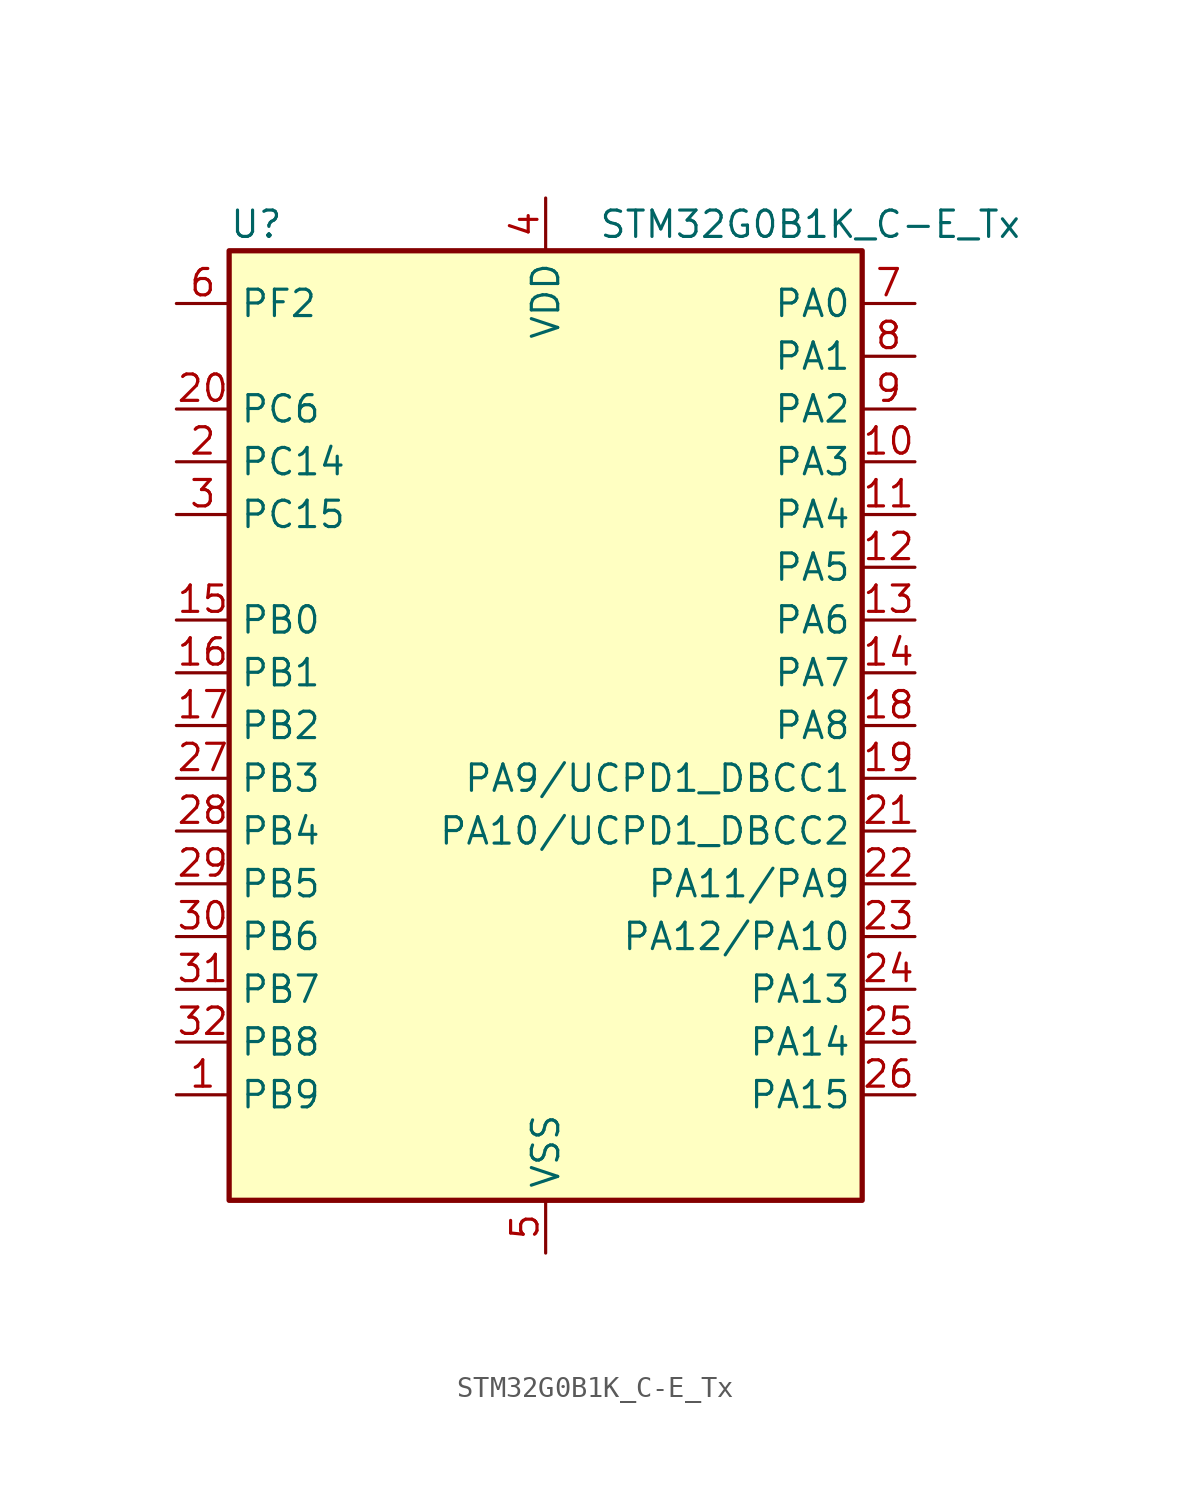
<source format=kicad_sym>
(kicad_symbol_lib
  (version 20211014)
  (generator kicad-library-utils)
  (symbol "STM32G0B1K_C-E_Tx"
    (property "Reference" "U"
      (at -15.24 24.13 0)
      (effects (font (size 1.27 1.27)) (justify left)))
    (property "Value" "STM32G0B1K_C-E_Tx"
      (at 2.54 24.13 0)
      (effects (font (size 1.27 1.27)) (justify left)))
    (property "ki_fp_filters" "LQFP*7x7mm*P0.8mm*"
      (at 0.0 0.0 0.0)
      (effects (font (size 1.27 1.27))))
    (symbol "STM32G0B1K_C-E_Tx_0_1"
      (rectangle (start -15.24 -22.86) (end 15.24 22.86) (stroke (width 0.254)) (fill (type background))))
    (symbol "STM32G0B1K_C-E_Tx_1_1"
      (pin bidirectional line (at -17.78 20.32 0) (length 2.54) (name "PF2" (effects (font (size 1.27 1.27)))) (number "6" (effects (font (size 1.27 1.27)))) (alternate "LPUART2_DE" bidirectional line) (alternate "LPUART2_RTS" bidirectional line) (alternate "LPUART2_TX" bidirectional line) (alternate "RCC_MCO" bidirectional line))
      (pin bidirectional line (at -17.78 15.24 0) (length 2.54) (name "PC6" (effects (font (size 1.27 1.27)))) (number "20" (effects (font (size 1.27 1.27)))) (alternate "LPUART2_TX" bidirectional line) (alternate "TIM2_CH3" bidirectional line) (alternate "TIM3_CH1" bidirectional line) (alternate "UCPD1_FRSTX1" bidirectional line) (alternate "UCPD1_FRSTX2" bidirectional line))
      (pin bidirectional line (at -17.78 12.7 0) (length 2.54) (name "PC14" (effects (font (size 1.27 1.27)))) (number "2" (effects (font (size 1.27 1.27)))) (alternate "RCC_OSC32_IN" bidirectional line) (alternate "RCC_OSC_IN" bidirectional line) (alternate "TIM1_BK2" bidirectional line))
      (pin bidirectional line (at -17.78 10.16 0) (length 2.54) (name "PC15" (effects (font (size 1.27 1.27)))) (number "3" (effects (font (size 1.27 1.27)))) (alternate "RCC_OSC32_EN" bidirectional line) (alternate "RCC_OSC32_OUT" bidirectional line) (alternate "RCC_OSC_EN" bidirectional line) (alternate "TIM15_BK" bidirectional line))
      (pin bidirectional line (at -17.78 5.08 0) (length 2.54) (name "PB0" (effects (font (size 1.27 1.27)))) (number "15" (effects (font (size 1.27 1.27)))) (alternate "ADC1_IN8" bidirectional line) (alternate "COMP1_OUT" bidirectional line) (alternate "COMP3_INP" bidirectional line) (alternate "FDCAN2_RX" bidirectional line) (alternate "I2S1_WS" bidirectional line) (alternate "LPTIM1_OUT" bidirectional line) (alternate "LPUART2_CTS" bidirectional line) (alternate "SPI1_NSS" bidirectional line) (alternate "TIM1_CH2N" bidirectional line) (alternate "TIM3_CH3" bidirectional line) (alternate "UCPD1_FRSTX1" bidirectional line) (alternate "UCPD1_FRSTX2" bidirectional line) (alternate "USART3_RX" bidirectional line) (alternate "USART5_TX" bidirectional line))
      (pin bidirectional line (at -17.78 2.54 0) (length 2.54) (name "PB1" (effects (font (size 1.27 1.27)))) (number "16" (effects (font (size 1.27 1.27)))) (alternate "ADC1_IN9" bidirectional line) (alternate "COMP1_INM" bidirectional line) (alternate "COMP3_OUT" bidirectional line) (alternate "FDCAN2_TX" bidirectional line) (alternate "LPTIM2_IN1" bidirectional line) (alternate "LPUART1_DE" bidirectional line) (alternate "LPUART1_RTS" bidirectional line) (alternate "LPUART2_DE" bidirectional line) (alternate "LPUART2_RTS" bidirectional line) (alternate "TIM14_CH1" bidirectional line) (alternate "TIM1_CH3N" bidirectional line) (alternate "TIM3_CH4" bidirectional line) (alternate "USART3_CK" bidirectional line) (alternate "USART3_DE" bidirectional line) (alternate "USART3_RTS" bidirectional line) (alternate "USART5_RX" bidirectional line))
      (pin bidirectional line (at -17.78 0.0 0) (length 2.54) (name "PB2" (effects (font (size 1.27 1.27)))) (number "17" (effects (font (size 1.27 1.27)))) (alternate "ADC1_IN10" bidirectional line) (alternate "COMP1_INP" bidirectional line) (alternate "COMP3_INM" bidirectional line) (alternate "I2S2_MCK" bidirectional line) (alternate "LPTIM1_OUT" bidirectional line) (alternate "RCC_MCO_2" bidirectional line) (alternate "SPI2_MISO" bidirectional line) (alternate "USART3_TX" bidirectional line))
      (pin bidirectional line (at -17.78 -2.54 0) (length 2.54) (name "PB3" (effects (font (size 1.27 1.27)))) (number "27" (effects (font (size 1.27 1.27)))) (alternate "COMP2_INM" bidirectional line) (alternate "I2C2_SCL" bidirectional line) (alternate "I2C3_SCL" bidirectional line) (alternate "I2S1_CK" bidirectional line) (alternate "SPI1_SCK" bidirectional line) (alternate "SPI3_SCK" bidirectional line) (alternate "TIM1_CH2" bidirectional line) (alternate "TIM2_CH2" bidirectional line) (alternate "USART1_CK" bidirectional line) (alternate "USART1_DE" bidirectional line) (alternate "USART1_RTS" bidirectional line) (alternate "USART5_TX" bidirectional line))
      (pin bidirectional line (at -17.78 -5.08 0) (length 2.54) (name "PB4" (effects (font (size 1.27 1.27)))) (number "28" (effects (font (size 1.27 1.27)))) (alternate "COMP2_INP" bidirectional line) (alternate "I2C2_SDA" bidirectional line) (alternate "I2C3_SDA" bidirectional line) (alternate "I2S1_MCK" bidirectional line) (alternate "SPI1_MISO" bidirectional line) (alternate "SPI3_MISO" bidirectional line) (alternate "TIM17_BK" bidirectional line) (alternate "TIM3_CH1" bidirectional line) (alternate "USART1_CTS" bidirectional line) (alternate "USART1_NSS" bidirectional line) (alternate "USART5_RX" bidirectional line))
      (pin bidirectional line (at -17.78 -7.62 0) (length 2.54) (name "PB5" (effects (font (size 1.27 1.27)))) (number "29" (effects (font (size 1.27 1.27)))) (alternate "COMP2_OUT" bidirectional line) (alternate "FDCAN2_RX" bidirectional line) (alternate "I2C1_SMBA" bidirectional line) (alternate "I2S1_SD" bidirectional line) (alternate "LPTIM1_IN1" bidirectional line) (alternate "SPI1_MOSI" bidirectional line) (alternate "SPI3_MOSI" bidirectional line) (alternate "SYS_WKUP6" bidirectional line) (alternate "TIM16_BK" bidirectional line) (alternate "TIM3_CH2" bidirectional line) (alternate "USART5_CK" bidirectional line) (alternate "USART5_DE" bidirectional line) (alternate "USART5_RTS" bidirectional line))
      (pin bidirectional line (at -17.78 -10.16 0) (length 2.54) (name "PB6" (effects (font (size 1.27 1.27)))) (number "30" (effects (font (size 1.27 1.27)))) (alternate "COMP2_INP" bidirectional line) (alternate "FDCAN2_TX" bidirectional line) (alternate "I2C1_SCL" bidirectional line) (alternate "I2S2_MCK" bidirectional line) (alternate "LPTIM1_ETR" bidirectional line) (alternate "LPUART2_TX" bidirectional line) (alternate "SPI2_MISO" bidirectional line) (alternate "TIM16_CH1N" bidirectional line) (alternate "TIM1_CH3" bidirectional line) (alternate "TIM4_CH1" bidirectional line) (alternate "USART1_TX" bidirectional line) (alternate "USART5_CTS" bidirectional line) (alternate "USART5_NSS" bidirectional line))
      (pin bidirectional line (at -17.78 -12.7 0) (length 2.54) (name "PB7" (effects (font (size 1.27 1.27)))) (number "31" (effects (font (size 1.27 1.27)))) (alternate "COMP2_INM" bidirectional line) (alternate "I2C1_SDA" bidirectional line) (alternate "I2S2_SD" bidirectional line) (alternate "LPTIM1_IN2" bidirectional line) (alternate "LPUART2_RX" bidirectional line) (alternate "SPI2_MOSI" bidirectional line) (alternate "SYS_PVD_IN" bidirectional line) (alternate "TIM17_CH1N" bidirectional line) (alternate "TIM4_CH2" bidirectional line) (alternate "USART1_RX" bidirectional line) (alternate "USART4_CTS" bidirectional line) (alternate "USART4_NSS" bidirectional line))
      (pin bidirectional line (at -17.78 -15.24 0) (length 2.54) (name "PB8" (effects (font (size 1.27 1.27)))) (number "32" (effects (font (size 1.27 1.27)))) (alternate "CEC" bidirectional line) (alternate "FDCAN1_RX" bidirectional line) (alternate "I2C1_SCL" bidirectional line) (alternate "I2S2_CK" bidirectional line) (alternate "SPI2_SCK" bidirectional line) (alternate "TIM15_BK" bidirectional line) (alternate "TIM16_CH1" bidirectional line) (alternate "TIM4_CH3" bidirectional line) (alternate "USART3_TX" bidirectional line) (alternate "USART6_TX" bidirectional line))
      (pin bidirectional line (at -17.78 -17.78 0) (length 2.54) (name "PB9" (effects (font (size 1.27 1.27)))) (number "1" (effects (font (size 1.27 1.27)))) (alternate "DAC1_EXTI9" bidirectional line) (alternate "FDCAN1_TX" bidirectional line) (alternate "I2C1_SDA" bidirectional line) (alternate "I2S2_WS" bidirectional line) (alternate "IR_OUT" bidirectional line) (alternate "SPI2_NSS" bidirectional line) (alternate "TIM17_CH1" bidirectional line) (alternate "TIM4_CH4" bidirectional line) (alternate "USART3_RX" bidirectional line) (alternate "USART6_RX" bidirectional line))
      (pin bidirectional line (at 17.78 20.32 180) (length 2.54) (name "PA0" (effects (font (size 1.27 1.27)))) (number "7" (effects (font (size 1.27 1.27)))) (alternate "ADC1_IN0" bidirectional line) (alternate "COMP1_INM" bidirectional line) (alternate "COMP1_OUT" bidirectional line) (alternate "I2S2_CK" bidirectional line) (alternate "LPTIM1_OUT" bidirectional line) (alternate "RTC_TAMP_IN2" bidirectional line) (alternate "SPI2_SCK" bidirectional line) (alternate "SYS_WKUP1" bidirectional line) (alternate "TIM2_CH1" bidirectional line) (alternate "TIM2_ETR" bidirectional line) (alternate "USART2_CTS" bidirectional line) (alternate "USART2_NSS" bidirectional line) (alternate "USART4_TX" bidirectional line))
      (pin bidirectional line (at 17.78 17.78 180) (length 2.54) (name "PA1" (effects (font (size 1.27 1.27)))) (number "8" (effects (font (size 1.27 1.27)))) (alternate "ADC1_IN1" bidirectional line) (alternate "COMP1_INP" bidirectional line) (alternate "I2C1_SMBA" bidirectional line) (alternate "I2S1_CK" bidirectional line) (alternate "SPI1_SCK" bidirectional line) (alternate "TIM15_CH1N" bidirectional line) (alternate "TIM2_CH2" bidirectional line) (alternate "USART2_CK" bidirectional line) (alternate "USART2_DE" bidirectional line) (alternate "USART2_RTS" bidirectional line) (alternate "USART4_RX" bidirectional line))
      (pin bidirectional line (at 17.78 15.24 180) (length 2.54) (name "PA2" (effects (font (size 1.27 1.27)))) (number "9" (effects (font (size 1.27 1.27)))) (alternate "ADC1_IN2" bidirectional line) (alternate "COMP2_INM" bidirectional line) (alternate "COMP2_OUT" bidirectional line) (alternate "I2S1_SD" bidirectional line) (alternate "LPUART1_TX" bidirectional line) (alternate "RCC_LSCO" bidirectional line) (alternate "SPI1_MOSI" bidirectional line) (alternate "SYS_WKUP4" bidirectional line) (alternate "TIM15_CH1" bidirectional line) (alternate "TIM2_CH3" bidirectional line) (alternate "UCPD1_FRSTX1" bidirectional line) (alternate "UCPD1_FRSTX2" bidirectional line) (alternate "USART2_TX" bidirectional line))
      (pin bidirectional line (at 17.78 12.7 180) (length 2.54) (name "PA3" (effects (font (size 1.27 1.27)))) (number "10" (effects (font (size 1.27 1.27)))) (alternate "ADC1_IN3" bidirectional line) (alternate "COMP2_INP" bidirectional line) (alternate "I2S2_MCK" bidirectional line) (alternate "LPUART1_RX" bidirectional line) (alternate "SPI2_MISO" bidirectional line) (alternate "TIM15_CH2" bidirectional line) (alternate "TIM2_CH4" bidirectional line) (alternate "USART2_RX" bidirectional line))
      (pin bidirectional line (at 17.78 10.16 180) (length 2.54) (name "PA4" (effects (font (size 1.27 1.27)))) (number "11" (effects (font (size 1.27 1.27)))) (alternate "ADC1_IN4" bidirectional line) (alternate "DAC1_OUT1" bidirectional line) (alternate "I2S1_WS" bidirectional line) (alternate "I2S2_SD" bidirectional line) (alternate "LPTIM2_OUT" bidirectional line) (alternate "RTC_OUT1" bidirectional line) (alternate "RTC_TAMP_IN1" bidirectional line) (alternate "RTC_TS" bidirectional line) (alternate "SPI1_NSS" bidirectional line) (alternate "SPI2_MOSI" bidirectional line) (alternate "SPI3_NSS" bidirectional line) (alternate "SYS_WKUP2" bidirectional line) (alternate "TIM14_CH1" bidirectional line) (alternate "USART6_TX" bidirectional line) (alternate "USB_NOE" bidirectional line))
      (pin bidirectional line (at 17.78 7.62 180) (length 2.54) (name "PA5" (effects (font (size 1.27 1.27)))) (number "12" (effects (font (size 1.27 1.27)))) (alternate "ADC1_IN5" bidirectional line) (alternate "CEC" bidirectional line) (alternate "DAC1_OUT2" bidirectional line) (alternate "I2S1_CK" bidirectional line) (alternate "LPTIM2_ETR" bidirectional line) (alternate "SPI1_SCK" bidirectional line) (alternate "TIM2_CH1" bidirectional line) (alternate "TIM2_ETR" bidirectional line) (alternate "UCPD1_FRSTX1" bidirectional line) (alternate "UCPD1_FRSTX2" bidirectional line) (alternate "USART3_TX" bidirectional line) (alternate "USART6_RX" bidirectional line))
      (pin bidirectional line (at 17.78 5.08 180) (length 2.54) (name "PA6" (effects (font (size 1.27 1.27)))) (number "13" (effects (font (size 1.27 1.27)))) (alternate "ADC1_IN6" bidirectional line) (alternate "COMP1_OUT" bidirectional line) (alternate "I2C2_SDA" bidirectional line) (alternate "I2C3_SDA" bidirectional line) (alternate "I2S1_MCK" bidirectional line) (alternate "LPUART1_CTS" bidirectional line) (alternate "SPI1_MISO" bidirectional line) (alternate "TIM16_CH1" bidirectional line) (alternate "TIM1_BK" bidirectional line) (alternate "TIM3_CH1" bidirectional line) (alternate "USART3_CTS" bidirectional line) (alternate "USART3_NSS" bidirectional line) (alternate "USART6_CTS" bidirectional line) (alternate "USART6_NSS" bidirectional line))
      (pin bidirectional line (at 17.78 2.54 180) (length 2.54) (name "PA7" (effects (font (size 1.27 1.27)))) (number "14" (effects (font (size 1.27 1.27)))) (alternate "ADC1_IN7" bidirectional line) (alternate "COMP2_OUT" bidirectional line) (alternate "I2C2_SCL" bidirectional line) (alternate "I2C3_SCL" bidirectional line) (alternate "I2S1_SD" bidirectional line) (alternate "SPI1_MOSI" bidirectional line) (alternate "TIM14_CH1" bidirectional line) (alternate "TIM17_CH1" bidirectional line) (alternate "TIM1_CH1N" bidirectional line) (alternate "TIM3_CH2" bidirectional line) (alternate "UCPD1_FRSTX1" bidirectional line) (alternate "UCPD1_FRSTX2" bidirectional line) (alternate "USART6_CK" bidirectional line) (alternate "USART6_DE" bidirectional line) (alternate "USART6_RTS" bidirectional line))
      (pin bidirectional line (at 17.78 0.0 180) (length 2.54) (name "PA8" (effects (font (size 1.27 1.27)))) (number "18" (effects (font (size 1.27 1.27)))) (alternate "CRS1_SYNC" bidirectional line) (alternate "I2C2_SMBA" bidirectional line) (alternate "I2S2_WS" bidirectional line) (alternate "LPTIM2_OUT" bidirectional line) (alternate "RCC_MCO" bidirectional line) (alternate "SPI2_NSS" bidirectional line) (alternate "TIM1_CH1" bidirectional line) (alternate "UCPD1_CC1" bidirectional line))
      (pin bidirectional line (at 17.78 -2.54 180) (length 2.54) (name "PA9/UCPD1_DBCC1" (effects (font (size 1.27 1.27)))) (number "19" (effects (font (size 1.27 1.27)))) (alternate "DAC1_EXTI9" bidirectional line) (alternate "I2C1_SCL" bidirectional line) (alternate "I2C2_SCL" bidirectional line) (alternate "I2S2_MCK" bidirectional line) (alternate "RCC_MCO" bidirectional line) (alternate "SPI2_MISO" bidirectional line) (alternate "TIM15_BK" bidirectional line) (alternate "TIM1_CH2" bidirectional line) (alternate "UCPD1_DBCC1" bidirectional line) (alternate "USART1_TX" bidirectional line))
      (pin bidirectional line (at 17.78 -5.08 180) (length 2.54) (name "PA10/UCPD1_DBCC2" (effects (font (size 1.27 1.27)))) (number "21" (effects (font (size 1.27 1.27)))) (alternate "I2C1_SDA" bidirectional line) (alternate "I2C2_SDA" bidirectional line) (alternate "I2S2_SD" bidirectional line) (alternate "RCC_MCO_2" bidirectional line) (alternate "SPI2_MOSI" bidirectional line) (alternate "TIM17_BK" bidirectional line) (alternate "TIM1_CH3" bidirectional line) (alternate "UCPD1_DBCC2" bidirectional line) (alternate "USART1_RX" bidirectional line))
      (pin bidirectional line (at 17.78 -7.62 180) (length 2.54) (name "PA11/PA9" (effects (font (size 1.27 1.27)))) (number "22" (effects (font (size 1.27 1.27)))) (alternate "ADC1_EXTI11" bidirectional line) (alternate "COMP1_OUT" bidirectional line) (alternate "FDCAN1_RX" bidirectional line) (alternate "I2C2_SCL" bidirectional line) (alternate "I2S1_MCK" bidirectional line) (alternate "SPI1_MISO" bidirectional line) (alternate "TIM1_BK2" bidirectional line) (alternate "TIM1_CH4" bidirectional line) (alternate "USART1_CTS" bidirectional line) (alternate "USART1_NSS" bidirectional line) (alternate "USB_DM" bidirectional line))
      (pin bidirectional line (at 17.78 -10.16 180) (length 2.54) (name "PA12/PA10" (effects (font (size 1.27 1.27)))) (number "23" (effects (font (size 1.27 1.27)))) (alternate "COMP2_OUT" bidirectional line) (alternate "FDCAN1_TX" bidirectional line) (alternate "I2C2_SDA" bidirectional line) (alternate "I2S1_SD" bidirectional line) (alternate "I2S_CKIN" bidirectional line) (alternate "SPI1_MOSI" bidirectional line) (alternate "TIM1_ETR" bidirectional line) (alternate "USART1_CK" bidirectional line) (alternate "USART1_DE" bidirectional line) (alternate "USART1_RTS" bidirectional line) (alternate "USB_DP" bidirectional line))
      (pin bidirectional line (at 17.78 -12.7 180) (length 2.54) (name "PA13" (effects (font (size 1.27 1.27)))) (number "24" (effects (font (size 1.27 1.27)))) (alternate "IR_OUT" bidirectional line) (alternate "LPUART2_RX" bidirectional line) (alternate "SYS_SWDIO" bidirectional line) (alternate "USB_NOE" bidirectional line))
      (pin bidirectional line (at 17.78 -15.24 180) (length 2.54) (name "PA14" (effects (font (size 1.27 1.27)))) (number "25" (effects (font (size 1.27 1.27)))) (alternate "LPUART2_TX" bidirectional line) (alternate "SYS_SWCLK" bidirectional line) (alternate "USART2_TX" bidirectional line))
      (pin bidirectional line (at 17.78 -17.78 180) (length 2.54) (name "PA15" (effects (font (size 1.27 1.27)))) (number "26" (effects (font (size 1.27 1.27)))) (alternate "I2C2_SMBA" bidirectional line) (alternate "I2S1_WS" bidirectional line) (alternate "RCC_MCO_2" bidirectional line) (alternate "SPI1_NSS" bidirectional line) (alternate "SPI3_NSS" bidirectional line) (alternate "TIM2_CH1" bidirectional line) (alternate "TIM2_ETR" bidirectional line) (alternate "USART2_RX" bidirectional line) (alternate "USART3_CK" bidirectional line) (alternate "USART3_DE" bidirectional line) (alternate "USART3_RTS" bidirectional line) (alternate "USART4_CK" bidirectional line) (alternate "USART4_DE" bidirectional line) (alternate "USART4_RTS" bidirectional line) (alternate "USB_NOE" bidirectional line))
      (pin power_in line (at 0.0 25.4 270) (length 2.54) (name "VDD" (effects (font (size 1.27 1.27)))) (number "4" (effects (font (size 1.27 1.27)))))
      (pin power_in line (at 0.0 -25.4 90) (length 2.54) (name "VSS" (effects (font (size 1.27 1.27)))) (number "5" (effects (font (size 1.27 1.27))))))))
</source>
